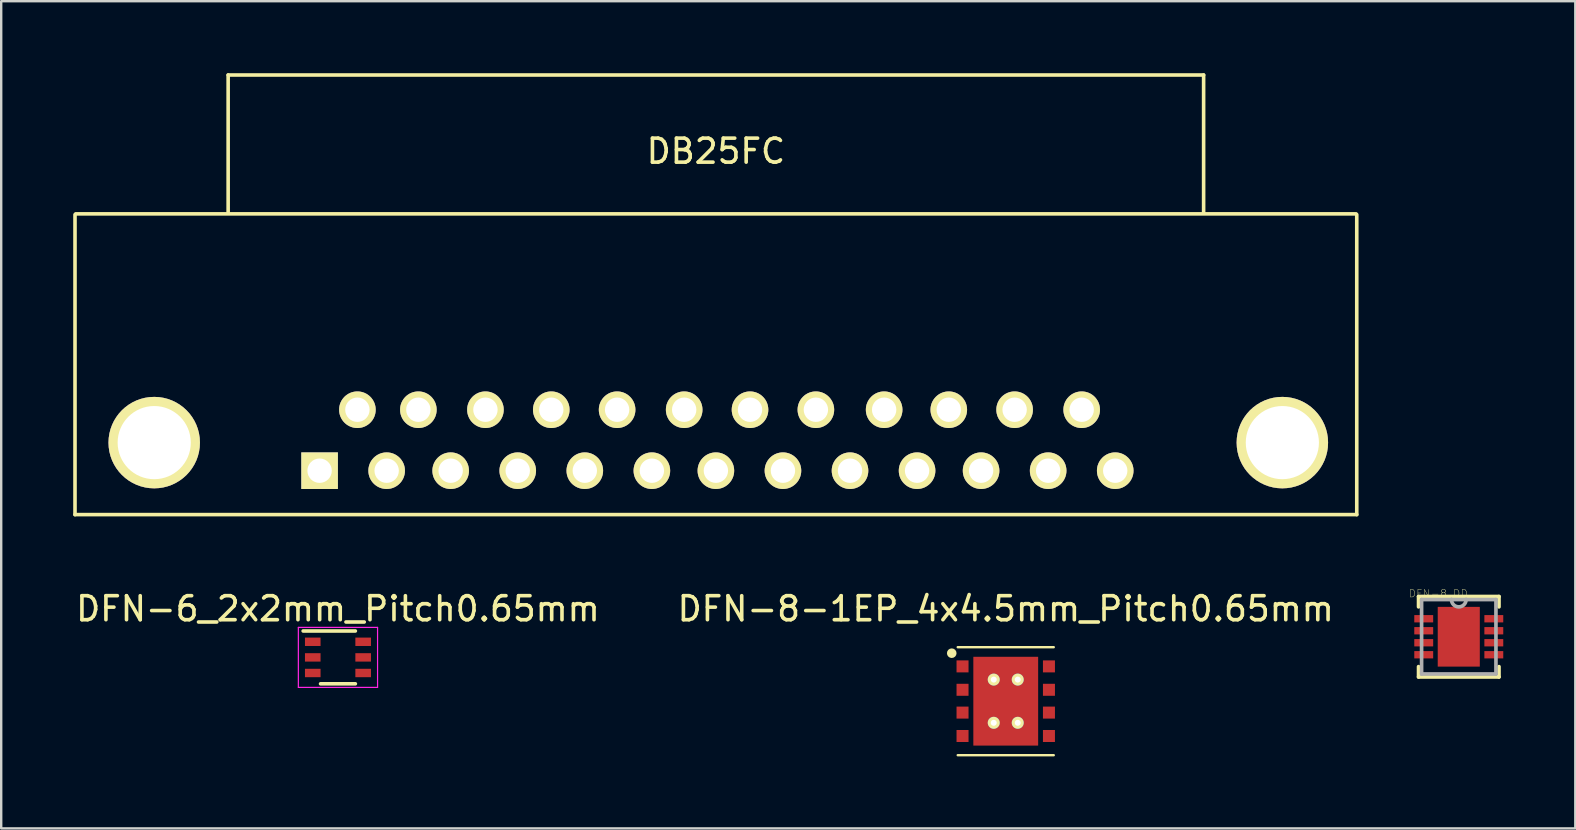
<source format=kicad_pcb>
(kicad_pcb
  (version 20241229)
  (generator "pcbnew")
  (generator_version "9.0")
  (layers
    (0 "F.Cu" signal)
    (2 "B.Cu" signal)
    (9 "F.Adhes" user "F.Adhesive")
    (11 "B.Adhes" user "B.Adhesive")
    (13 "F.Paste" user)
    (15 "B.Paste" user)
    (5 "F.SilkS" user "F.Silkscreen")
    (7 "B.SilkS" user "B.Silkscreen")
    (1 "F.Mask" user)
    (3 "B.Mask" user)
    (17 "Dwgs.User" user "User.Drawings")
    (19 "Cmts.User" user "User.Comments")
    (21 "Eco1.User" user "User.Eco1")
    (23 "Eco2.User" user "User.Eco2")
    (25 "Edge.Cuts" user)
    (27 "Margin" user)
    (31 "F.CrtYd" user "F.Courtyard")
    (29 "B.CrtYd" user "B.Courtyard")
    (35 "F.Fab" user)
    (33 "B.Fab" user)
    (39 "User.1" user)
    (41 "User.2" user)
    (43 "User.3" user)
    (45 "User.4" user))
  (footprint "DB25FC"
    (layer "F.Cu")
    (at 26.775 15.29)
    (property "Reference" "DB25FC" (at 0 -12.04 0) (layer "F.SilkS") (effects (font (size 1 1) (thickness 0.15))))
    (attr through_hole)
    (fp_line (start -26.7 -9.4) (end -26.7 3.1) (stroke (width 0.15) (type solid)) (layer "F.SilkS"))
    (fp_line (start -26.7 3.1) (end 26.7 3.1) (stroke (width 0.15) (type solid)) (layer "F.SilkS"))
    (fp_line (start -26.67 -9.43) (end 26.67 -9.43) (stroke (width 0.15) (type solid)) (layer "F.SilkS"))
    (fp_line (start -20.32 -15.215) (end -20.32 -9.5) (stroke (width 0.15) (type solid)) (layer "F.SilkS"))
    (fp_line (start -20.32 -15.215) (end 20.32 -15.215) (stroke (width 0.15) (type solid)) (layer "F.SilkS"))
    (fp_line (start 20.32 -15.215) (end 20.32 -9.5) (stroke (width 0.15) (type solid)) (layer "F.SilkS"))
    (fp_line (start 26.7 3.1) (end 26.7 -9.4) (stroke (width 0.15) (type solid)) (layer "F.SilkS"))
    (pad "" thru_hole circle (at -23.4 0.1) (size 3.81 3.81) (drill 3.048) (layers "*.Cu" "*.Mask" "F.SilkS"))
    (pad "" thru_hole circle (at 23.6 0.1) (size 3.81 3.81) (drill 3.048) (layers "*.Cu" "*.Mask" "F.SilkS"))
    (pad "1" thru_hole rect (at -16.51 1.27) (size 1.524 1.524) (drill 1.016) (layers "*.Cu" "*.Mask" "F.SilkS"))
    (pad "2" thru_hole circle (at -13.716 1.27) (size 1.524 1.524) (drill 1.016) (layers "*.Cu" "*.Mask" "F.SilkS"))
    (pad "3" thru_hole circle (at -11.049 1.27) (size 1.524 1.524) (drill 1.016) (layers "*.Cu" "*.Mask" "F.SilkS"))
    (pad "4" thru_hole circle (at -8.255 1.27) (size 1.524 1.524) (drill 1.016) (layers "*.Cu" "*.Mask" "F.SilkS"))
    (pad "5" thru_hole circle (at -5.461 1.27) (size 1.524 1.524) (drill 1.016) (layers "*.Cu" "*.Mask" "F.SilkS"))
    (pad "6" thru_hole circle (at -2.667 1.27) (size 1.524 1.524) (drill 1.016) (layers "*.Cu" "*.Mask" "F.SilkS"))
    (pad "7" thru_hole circle (at 0 1.27) (size 1.524 1.524) (drill 1.016) (layers "*.Cu" "*.Mask" "F.SilkS"))
    (pad "8" thru_hole circle (at 2.794 1.27) (size 1.524 1.524) (drill 1.016) (layers "*.Cu" "*.Mask" "F.SilkS"))
    (pad "9" thru_hole circle (at 5.588 1.27) (size 1.524 1.524) (drill 1.016) (layers "*.Cu" "*.Mask" "F.SilkS"))
    (pad "10" thru_hole circle (at 8.382 1.27) (size 1.524 1.524) (drill 1.016) (layers "*.Cu" "*.Mask" "F.SilkS"))
    (pad "11" thru_hole circle (at 11.049 1.27) (size 1.524 1.524) (drill 1.016) (layers "*.Cu" "*.Mask" "F.SilkS"))
    (pad "12" thru_hole circle (at 13.843 1.27) (size 1.524 1.524) (drill 1.016) (layers "*.Cu" "*.Mask" "F.SilkS"))
    (pad "13" thru_hole circle (at 16.637 1.27) (size 1.524 1.524) (drill 1.016) (layers "*.Cu" "*.Mask" "F.SilkS"))
    (pad "14" thru_hole circle (at -14.935 -1.27) (size 1.524 1.524) (drill 1.016) (layers "*.Cu" "*.Mask" "F.SilkS"))
    (pad "15" thru_hole circle (at -12.395 -1.27) (size 1.524 1.524) (drill 1.016) (layers "*.Cu" "*.Mask" "F.SilkS"))
    (pad "16" thru_hole circle (at -9.601 -1.27) (size 1.524 1.524) (drill 1.016) (layers "*.Cu" "*.Mask" "F.SilkS"))
    (pad "17" thru_hole circle (at -6.858 -1.27) (size 1.524 1.524) (drill 1.016) (layers "*.Cu" "*.Mask" "F.SilkS"))
    (pad "18" thru_hole circle (at -4.115 -1.27) (size 1.524 1.524) (drill 1.016) (layers "*.Cu" "*.Mask" "F.SilkS"))
    (pad "19" thru_hole circle (at -1.321 -1.27) (size 1.524 1.524) (drill 1.016) (layers "*.Cu" "*.Mask" "F.SilkS"))
    (pad "20" thru_hole circle (at 1.422 -1.27) (size 1.524 1.524) (drill 1.016) (layers "*.Cu" "*.Mask" "F.SilkS"))
    (pad "21" thru_hole circle (at 4.166 -1.27) (size 1.524 1.524) (drill 1.016) (layers "*.Cu" "*.Mask" "F.SilkS"))
    (pad "22" thru_hole circle (at 7.01 -1.27) (size 1.524 1.524) (drill 1.016) (layers "*.Cu" "*.Mask" "F.SilkS"))
    (pad "23" thru_hole circle (at 9.703 -1.27) (size 1.524 1.524) (drill 1.016) (layers "*.Cu" "*.Mask" "F.SilkS"))
    (pad "24" thru_hole circle (at 12.446 -1.27) (size 1.524 1.524) (drill 1.016) (layers "*.Cu" "*.Mask" "F.SilkS"))
    (pad "25" thru_hole circle (at 15.24 -1.27) (size 1.524 1.524) (drill 1.016) (layers "*.Cu" "*.Mask" "F.SilkS")))
  (footprint "DFN-6_2x2mm_Pitch0.65mm"
    (layer "F.Cu")
    (at 11.03 24.338)
    (property "Reference" "DFN-6_2x2mm_Pitch0.65mm" (at 0 -2.025 0) (layer "F.SilkS") (effects (font (size 1 1) (thickness 0.15))))
    (attr smd)
    (fp_line (start -1.45 -1.1) (end 0.725 -1.1) (stroke (width 0.15) (type solid)) (layer "F.SilkS"))
    (fp_line (start -0.725 1.1) (end 0.725 1.1) (stroke (width 0.15) (type solid)) (layer "F.SilkS"))
    (fp_line (start -1.65 -1.25) (end -1.65 1.25) (stroke (width 0.05) (type solid)) (layer "F.CrtYd"))
    (fp_line (start -1.65 -1.25) (end 1.65 -1.25) (stroke (width 0.05) (type solid)) (layer "F.CrtYd"))
    (fp_line (start -1.65 1.25) (end 1.65 1.25) (stroke (width 0.05) (type solid)) (layer "F.CrtYd"))
    (fp_line (start 1.65 -1.25) (end 1.65 1.25) (stroke (width 0.05) (type solid)) (layer "F.CrtYd"))
    (pad "1" smd rect (at -1.05 -0.65) (size 0.65 0.35) (layers "F.Cu" "F.Mask" "F.Paste"))
    (pad "2" smd rect (at -1.05 0) (size 0.65 0.35) (layers "F.Cu" "F.Mask" "F.Paste"))
    (pad "3" smd rect (at -1.05 0.65) (size 0.65 0.35) (layers "F.Cu" "F.Mask" "F.Paste"))
    (pad "4" smd rect (at 1.05 0.65) (size 0.65 0.35) (layers "F.Cu" "F.Mask" "F.Paste"))
    (pad "5" smd rect (at 1.05 0) (size 0.65 0.35) (layers "F.Cu" "F.Mask" "F.Paste"))
    (pad "6" smd rect (at 1.05 -0.65) (size 0.65 0.35) (layers "F.Cu" "F.Mask" "F.Paste")))
  (footprint "DFN-8_DD"
    (layer "F.Cu")
    (at 57.725 23.478)
    (property "Reference" "DFN-8_DD" (at -0.854 -1.802 0) (layer "F.SilkS") (effects (font (size 0.315 0.315) (thickness 0.015))))
    (attr through_hole)
    (fp_line (start -1.676 -1.676) (end -1.676 -1.245) (stroke (width 0.152) (type solid)) (layer "F.SilkS"))
    (fp_line (start -1.676 1.245) (end -1.676 1.676) (stroke (width 0.152) (type solid)) (layer "F.SilkS"))
    (fp_line (start -1.676 1.676) (end 1.676 1.676) (stroke (width 0.152) (type solid)) (layer "F.SilkS"))
    (fp_line (start 1.676 -1.676) (end -1.676 -1.676) (stroke (width 0.152) (type solid)) (layer "F.SilkS"))
    (fp_line (start 1.676 -1.245) (end 1.676 -1.676) (stroke (width 0.152) (type solid)) (layer "F.SilkS"))
    (fp_line (start 1.676 1.676) (end 1.676 1.245) (stroke (width 0.152) (type solid)) (layer "F.SilkS"))
    (fp_poly (pts (xy -0.876 -1.245) (xy -0.876 1.245) (xy 0.876 1.245) (xy 0.876 -1.245)) (stroke (width 0.025) (type solid)) (fill yes) (layer "F.Paste"))
    (fp_line (start -1.549 -1.549) (end -1.549 1.549) (stroke (width 0.152) (type solid)) (layer "F.Fab"))
    (fp_line (start -1.549 1.549) (end 1.549 1.549) (stroke (width 0.152) (type solid)) (layer "F.Fab"))
    (fp_line (start -0.305 -1.549) (end -1.549 -1.549) (stroke (width 0.152) (type solid)) (layer "F.Fab"))
    (fp_line (start 0.305 -1.549) (end -0.305 -1.549) (stroke (width 0.152) (type solid)) (layer "F.Fab"))
    (fp_line (start 1.549 -1.549) (end 0.305 -1.549) (stroke (width 0.152) (type solid)) (layer "F.Fab"))
    (fp_line (start 1.549 1.549) (end 1.549 -1.549) (stroke (width 0.152) (type solid)) (layer "F.Fab"))
    (fp_arc (start 0.3048 -1.5494) (mid 0 -1.2446) (end -0.3048 -1.5494) (stroke (width 0.1524) (type solid)) (layer "F.Fab"))
    (pad "1" smd rect (at -1.46 -0.75) (size 0.787 0.305) (layers "F.Cu" "F.Mask" "F.Paste"))
    (pad "2" smd rect (at -1.46 -0.25) (size 0.787 0.305) (layers "F.Cu" "F.Mask" "F.Paste"))
    (pad "3" smd rect (at -1.46 0.25) (size 0.787 0.305) (layers "F.Cu" "F.Mask" "F.Paste"))
    (pad "4" smd rect (at -1.46 0.75) (size 0.787 0.305) (layers "F.Cu" "F.Mask" "F.Paste"))
    (pad "5" smd rect (at 1.46 0.75) (size 0.787 0.305) (layers "F.Cu" "F.Mask" "F.Paste"))
    (pad "6" smd rect (at 1.46 0.25) (size 0.787 0.305) (layers "F.Cu" "F.Mask" "F.Paste"))
    (pad "7" smd rect (at 1.46 -0.25) (size 0.787 0.305) (layers "F.Cu" "F.Mask" "F.Paste"))
    (pad "8" smd rect (at 1.46 -0.75) (size 0.787 0.305) (layers "F.Cu" "F.Mask" "F.Paste"))
    (pad "9" smd rect (at 0 0) (size 1.753 2.489) (layers "F.Cu" "F.Mask")))
  (footprint "DFN-8-1EP_4x4.5mm_Pitch0.65mm"
    (layer "F.Cu")
    (at 38.851 26.163)
    (property "Reference" "DFN-8-1EP_4x4.5mm_Pitch0.65mm" (at 0 -3.85 0) (layer "F.SilkS") (effects (font (size 1 1) (thickness 0.15))))
    (attr through_hole)
    (fp_line (start -2 -2.25) (end 2 -2.25) (stroke (width 0.1) (type solid)) (layer "F.SilkS"))
    (fp_line (start 2 2.25) (end -2 2.25) (stroke (width 0.1) (type solid)) (layer "F.SilkS"))
    (fp_circle (center -2.25 -2) (end -2.15 -2) (stroke (width 0.2) (type solid)) (fill no) (layer "F.SilkS"))
    (pad "" thru_hole circle (at -0.5 -0.9) (size 0.5 0.5) (drill 0.25) (layers "*.Cu" "*.Mask" "F.SilkS"))
    (pad "" thru_hole circle (at -0.5 0.9) (size 0.5 0.5) (drill 0.25) (layers "*.Cu" "*.Mask" "F.SilkS"))
    (pad "" thru_hole circle (at 0.5 -0.9) (size 0.5 0.5) (drill 0.25) (layers "*.Cu" "*.Mask" "F.SilkS"))
    (pad "" thru_hole circle (at 0.5 0.9) (size 0.5 0.5) (drill 0.25) (layers "*.Cu" "*.Mask" "F.SilkS"))
    (pad "1" smd rect (at -1.8 -1.45) (size 0.5 0.5) (layers "F.Cu" "F.Mask" "F.Paste"))
    (pad "2" smd rect (at -1.8 -0.475) (size 0.5 0.5) (layers "F.Cu" "F.Mask" "F.Paste"))
    (pad "3" smd rect (at -1.8 0.475) (size 0.5 0.5) (layers "F.Cu" "F.Mask" "F.Paste"))
    (pad "4" smd rect (at -1.8 1.45) (size 0.5 0.5) (layers "F.Cu" "F.Mask" "F.Paste"))
    (pad "4" smd rect (at 0 0) (size 2.7 3.7) (layers "F.Cu" "F.Mask" "F.Paste"))
    (pad "5" smd rect (at 1.8 1.45) (size 0.5 0.5) (layers "F.Cu" "F.Mask" "F.Paste"))
    (pad "6" smd rect (at 1.8 0.475) (size 0.5 0.5) (layers "F.Cu" "F.Mask" "F.Paste"))
    (pad "7" smd rect (at 1.8 -0.475) (size 0.5 0.5) (layers "F.Cu" "F.Mask" "F.Paste"))
    (pad "8" smd rect (at 1.8 -1.45) (size 0.5 0.5) (layers "F.Cu" "F.Mask" "F.Paste")))
  (gr_rect
    (start -3 -3)
    (end 62.58 31.463)
    (stroke (width 0.1) (type default))
    (fill no)
    (layer "Edge.Cuts")))
</source>
